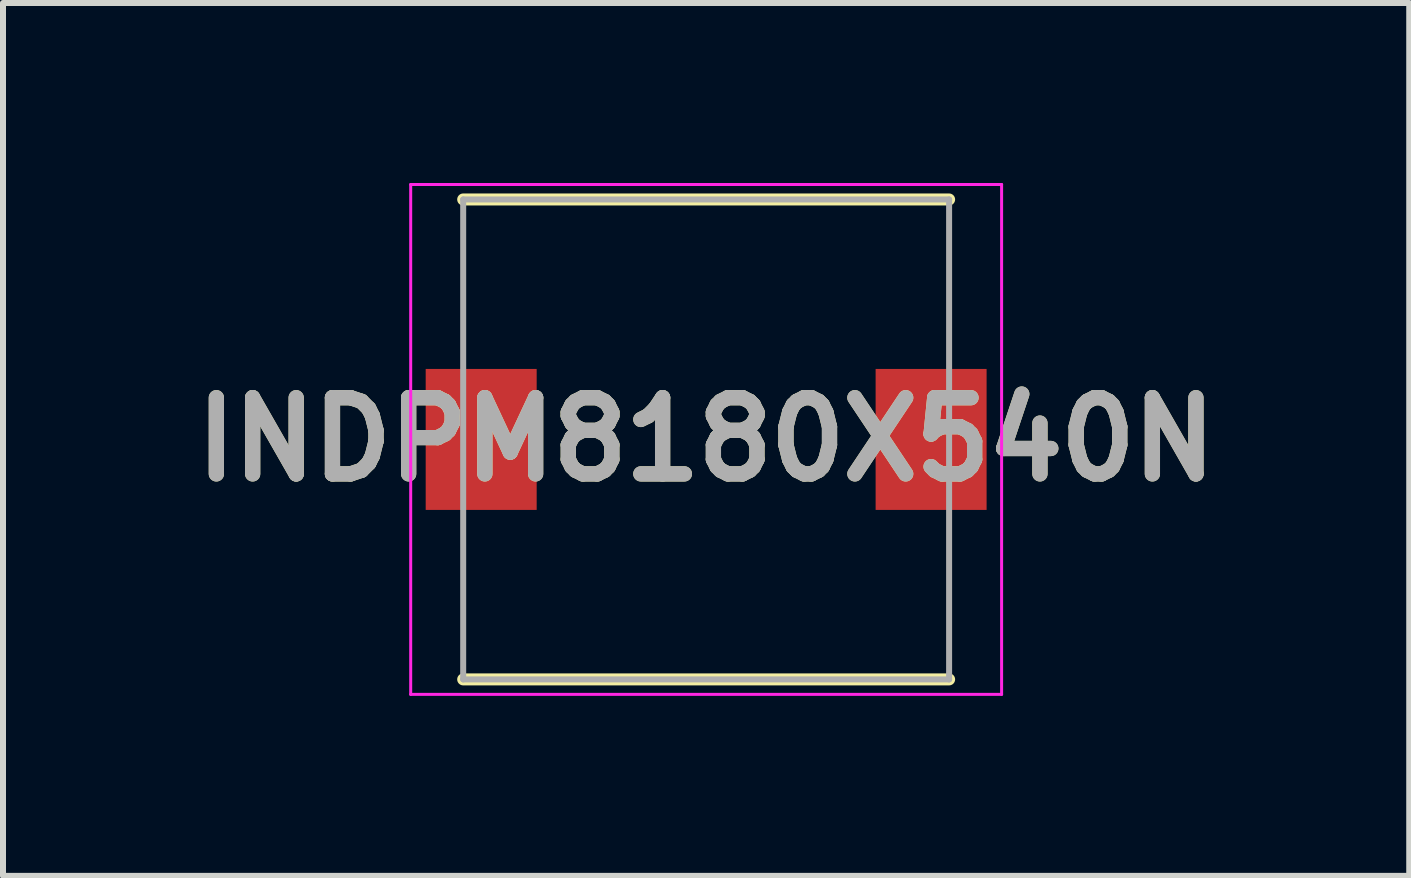
<source format=kicad_pcb>
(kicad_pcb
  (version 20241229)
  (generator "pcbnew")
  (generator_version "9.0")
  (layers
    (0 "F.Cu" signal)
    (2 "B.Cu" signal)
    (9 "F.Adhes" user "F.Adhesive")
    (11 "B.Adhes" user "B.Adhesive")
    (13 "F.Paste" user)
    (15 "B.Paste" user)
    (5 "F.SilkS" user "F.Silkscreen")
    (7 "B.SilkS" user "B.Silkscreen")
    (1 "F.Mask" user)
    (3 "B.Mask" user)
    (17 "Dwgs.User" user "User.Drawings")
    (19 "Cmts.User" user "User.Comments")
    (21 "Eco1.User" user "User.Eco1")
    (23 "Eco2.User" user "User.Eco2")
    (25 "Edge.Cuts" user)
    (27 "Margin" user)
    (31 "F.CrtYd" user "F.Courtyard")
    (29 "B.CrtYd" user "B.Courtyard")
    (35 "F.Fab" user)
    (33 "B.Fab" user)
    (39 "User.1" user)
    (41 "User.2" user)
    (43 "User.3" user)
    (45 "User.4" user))
  (footprint "INDPM8180X540N"
    (layer "F.Cu")
    (at 8.721 4.275)
    (property "Reference" "INDPM8180X540N" (at 0 0 0) (layer "F.SilkS") (effects (font (size 1.27 1.27) (thickness 0.254))))
    (attr smd)
    (fp_line (start -4.05 4) (end 4.05 4) (stroke (width 0.2) (type solid)) (layer "F.SilkS"))
    (fp_line (start 4.05 -4) (end -4.05 -4) (stroke (width 0.2) (type solid)) (layer "F.SilkS"))
    (fp_line (start -4.925 -4.25) (end 4.925 -4.25) (stroke (width 0.05) (type solid)) (layer "F.CrtYd"))
    (fp_line (start -4.925 4.25) (end -4.925 -4.25) (stroke (width 0.05) (type solid)) (layer "F.CrtYd"))
    (fp_line (start 4.925 -4.25) (end 4.925 4.25) (stroke (width 0.05) (type solid)) (layer "F.CrtYd"))
    (fp_line (start 4.925 4.25) (end -4.925 4.25) (stroke (width 0.05) (type solid)) (layer "F.CrtYd"))
    (fp_line (start -4.05 -4) (end 4.05 -4) (stroke (width 0.1) (type solid)) (layer "F.Fab"))
    (fp_line (start -4.05 4) (end -4.05 -4) (stroke (width 0.1) (type solid)) (layer "F.Fab"))
    (fp_line (start 4.05 -4) (end 4.05 4) (stroke (width 0.1) (type solid)) (layer "F.Fab"))
    (fp_line (start 4.05 4) (end -4.05 4) (stroke (width 0.1) (type solid)) (layer "F.Fab"))
    (fp_text user "${REFERENCE}" (at 0 0 0) (layer "F.Fab") (effects (font (size 1.27 1.27) (thickness 0.254))))
    (pad "1" smd rect (at -3.75 0) (size 1.85 2.35) (layers "F.Cu" "F.Mask" "F.Paste"))
    (pad "2" smd rect (at 3.75 0) (size 1.85 2.35) (layers "F.Cu" "F.Mask" "F.Paste")))
  (gr_rect
    (start -3 -3)
    (end 20.441 11.55)
    (stroke (width 0.1) (type default))
    (fill no)
    (layer "Edge.Cuts")))
</source>
